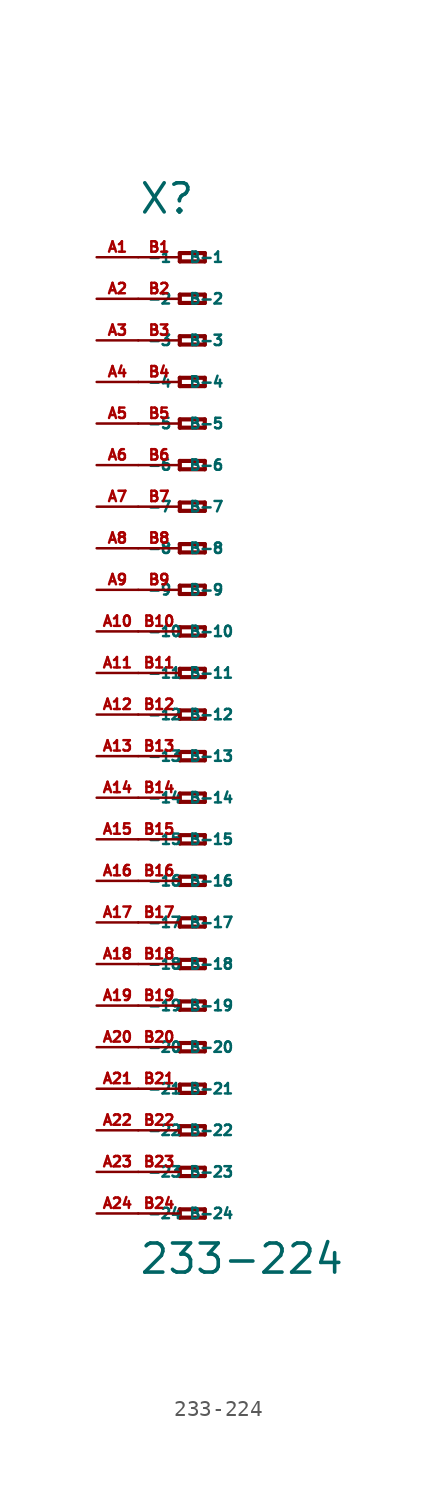
<source format=kicad_sym>
(kicad_symbol_lib
  (version 20220914)
  (generator Eagle2Kicad)
  (symbol "233-224"
    (property "Reference" "X"
      (at -5.08 30.48 0)
      (effects (font (size 1.778 1.778) (thickness 0.22)) (justify left bottom)))
    (property "Value" "233-224"
      (at -5.08 -34.29 0)
      (effects (font (size 1.778 1.778) (thickness 0.22)) (justify left bottom)))
    (polyline
      (pts (xy -2.54 28.194) (xy -2.54 27.686))
      (stroke (width 0.254) (type default))
      (fill (type none)))
    (polyline
      (pts (xy -2.54 27.686) (xy -1.016 27.686))
      (stroke (width 0.254) (type default))
      (fill (type none)))
    (polyline
      (pts (xy -1.016 27.686) (xy -1.016 28.194))
      (stroke (width 0.254) (type default))
      (fill (type none)))
    (polyline
      (pts (xy -1.016 28.194) (xy -2.54 28.194))
      (stroke (width 0.254) (type default))
      (fill (type none)))
    (polyline
      (pts (xy -2.54 25.654) (xy -2.54 25.146))
      (stroke (width 0.254) (type default))
      (fill (type none)))
    (polyline
      (pts (xy -2.54 25.146) (xy -1.016 25.146))
      (stroke (width 0.254) (type default))
      (fill (type none)))
    (polyline
      (pts (xy -1.016 25.146) (xy -1.016 25.654))
      (stroke (width 0.254) (type default))
      (fill (type none)))
    (polyline
      (pts (xy -1.016 25.654) (xy -2.54 25.654))
      (stroke (width 0.254) (type default))
      (fill (type none)))
    (polyline
      (pts (xy -2.54 23.114) (xy -2.54 22.606))
      (stroke (width 0.254) (type default))
      (fill (type none)))
    (polyline
      (pts (xy -2.54 22.606) (xy -1.016 22.606))
      (stroke (width 0.254) (type default))
      (fill (type none)))
    (polyline
      (pts (xy -1.016 22.606) (xy -1.016 23.114))
      (stroke (width 0.254) (type default))
      (fill (type none)))
    (polyline
      (pts (xy -1.016 23.114) (xy -2.54 23.114))
      (stroke (width 0.254) (type default))
      (fill (type none)))
    (polyline
      (pts (xy -2.54 20.574) (xy -2.54 20.066))
      (stroke (width 0.254) (type default))
      (fill (type none)))
    (polyline
      (pts (xy -2.54 20.066) (xy -1.016 20.066))
      (stroke (width 0.254) (type default))
      (fill (type none)))
    (polyline
      (pts (xy -1.016 20.066) (xy -1.016 20.574))
      (stroke (width 0.254) (type default))
      (fill (type none)))
    (polyline
      (pts (xy -1.016 20.574) (xy -2.54 20.574))
      (stroke (width 0.254) (type default))
      (fill (type none)))
    (polyline
      (pts (xy -2.54 18.034) (xy -2.54 17.526))
      (stroke (width 0.254) (type default))
      (fill (type none)))
    (polyline
      (pts (xy -2.54 17.526) (xy -1.016 17.526))
      (stroke (width 0.254) (type default))
      (fill (type none)))
    (polyline
      (pts (xy -1.016 17.526) (xy -1.016 18.034))
      (stroke (width 0.254) (type default))
      (fill (type none)))
    (polyline
      (pts (xy -1.016 18.034) (xy -2.54 18.034))
      (stroke (width 0.254) (type default))
      (fill (type none)))
    (polyline
      (pts (xy -2.54 15.494) (xy -2.54 14.986))
      (stroke (width 0.254) (type default))
      (fill (type none)))
    (polyline
      (pts (xy -2.54 14.986) (xy -1.016 14.986))
      (stroke (width 0.254) (type default))
      (fill (type none)))
    (polyline
      (pts (xy -1.016 14.986) (xy -1.016 15.494))
      (stroke (width 0.254) (type default))
      (fill (type none)))
    (polyline
      (pts (xy -1.016 15.494) (xy -2.54 15.494))
      (stroke (width 0.254) (type default))
      (fill (type none)))
    (polyline
      (pts (xy -2.54 12.954) (xy -2.54 12.446))
      (stroke (width 0.254) (type default))
      (fill (type none)))
    (polyline
      (pts (xy -2.54 12.446) (xy -1.016 12.446))
      (stroke (width 0.254) (type default))
      (fill (type none)))
    (polyline
      (pts (xy -1.016 12.446) (xy -1.016 12.954))
      (stroke (width 0.254) (type default))
      (fill (type none)))
    (polyline
      (pts (xy -1.016 12.954) (xy -2.54 12.954))
      (stroke (width 0.254) (type default))
      (fill (type none)))
    (polyline
      (pts (xy -2.54 10.414) (xy -2.54 9.906))
      (stroke (width 0.254) (type default))
      (fill (type none)))
    (polyline
      (pts (xy -2.54 9.906) (xy -1.016 9.906))
      (stroke (width 0.254) (type default))
      (fill (type none)))
    (polyline
      (pts (xy -1.016 9.906) (xy -1.016 10.414))
      (stroke (width 0.254) (type default))
      (fill (type none)))
    (polyline
      (pts (xy -1.016 10.414) (xy -2.54 10.414))
      (stroke (width 0.254) (type default))
      (fill (type none)))
    (polyline
      (pts (xy -2.54 7.874) (xy -2.54 7.366))
      (stroke (width 0.254) (type default))
      (fill (type none)))
    (polyline
      (pts (xy -2.54 7.366) (xy -1.016 7.366))
      (stroke (width 0.254) (type default))
      (fill (type none)))
    (polyline
      (pts (xy -1.016 7.366) (xy -1.016 7.874))
      (stroke (width 0.254) (type default))
      (fill (type none)))
    (polyline
      (pts (xy -1.016 7.874) (xy -2.54 7.874))
      (stroke (width 0.254) (type default))
      (fill (type none)))
    (polyline
      (pts (xy -2.54 5.334) (xy -2.54 4.826))
      (stroke (width 0.254) (type default))
      (fill (type none)))
    (polyline
      (pts (xy -2.54 4.826) (xy -1.016 4.826))
      (stroke (width 0.254) (type default))
      (fill (type none)))
    (polyline
      (pts (xy -1.016 4.826) (xy -1.016 5.334))
      (stroke (width 0.254) (type default))
      (fill (type none)))
    (polyline
      (pts (xy -1.016 5.334) (xy -2.54 5.334))
      (stroke (width 0.254) (type default))
      (fill (type none)))
    (polyline
      (pts (xy -2.54 2.794) (xy -2.54 2.286))
      (stroke (width 0.254) (type default))
      (fill (type none)))
    (polyline
      (pts (xy -2.54 2.286) (xy -1.016 2.286))
      (stroke (width 0.254) (type default))
      (fill (type none)))
    (polyline
      (pts (xy -1.016 2.286) (xy -1.016 2.794))
      (stroke (width 0.254) (type default))
      (fill (type none)))
    (polyline
      (pts (xy -1.016 2.794) (xy -2.54 2.794))
      (stroke (width 0.254) (type default))
      (fill (type none)))
    (polyline
      (pts (xy -2.54 0.254) (xy -2.54 -0.254))
      (stroke (width 0.254) (type default))
      (fill (type none)))
    (polyline
      (pts (xy -2.54 -0.254) (xy -1.016 -0.254))
      (stroke (width 0.254) (type default))
      (fill (type none)))
    (polyline
      (pts (xy -1.016 -0.254) (xy -1.016 0.254))
      (stroke (width 0.254) (type default))
      (fill (type none)))
    (polyline
      (pts (xy -1.016 0.254) (xy -2.54 0.254))
      (stroke (width 0.254) (type default))
      (fill (type none)))
    (polyline
      (pts (xy -2.54 -2.286) (xy -2.54 -2.794))
      (stroke (width 0.254) (type default))
      (fill (type none)))
    (polyline
      (pts (xy -2.54 -2.794) (xy -1.016 -2.794))
      (stroke (width 0.254) (type default))
      (fill (type none)))
    (polyline
      (pts (xy -1.016 -2.794) (xy -1.016 -2.286))
      (stroke (width 0.254) (type default))
      (fill (type none)))
    (polyline
      (pts (xy -1.016 -2.286) (xy -2.54 -2.286))
      (stroke (width 0.254) (type default))
      (fill (type none)))
    (polyline
      (pts (xy -2.54 -4.826) (xy -2.54 -5.334))
      (stroke (width 0.254) (type default))
      (fill (type none)))
    (polyline
      (pts (xy -2.54 -5.334) (xy -1.016 -5.334))
      (stroke (width 0.254) (type default))
      (fill (type none)))
    (polyline
      (pts (xy -1.016 -5.334) (xy -1.016 -4.826))
      (stroke (width 0.254) (type default))
      (fill (type none)))
    (polyline
      (pts (xy -1.016 -4.826) (xy -2.54 -4.826))
      (stroke (width 0.254) (type default))
      (fill (type none)))
    (polyline
      (pts (xy -2.54 -7.366) (xy -2.54 -7.874))
      (stroke (width 0.254) (type default))
      (fill (type none)))
    (polyline
      (pts (xy -2.54 -7.874) (xy -1.016 -7.874))
      (stroke (width 0.254) (type default))
      (fill (type none)))
    (polyline
      (pts (xy -1.016 -7.874) (xy -1.016 -7.366))
      (stroke (width 0.254) (type default))
      (fill (type none)))
    (polyline
      (pts (xy -1.016 -7.366) (xy -2.54 -7.366))
      (stroke (width 0.254) (type default))
      (fill (type none)))
    (polyline
      (pts (xy -2.54 -9.906) (xy -2.54 -10.414))
      (stroke (width 0.254) (type default))
      (fill (type none)))
    (polyline
      (pts (xy -2.54 -10.414) (xy -1.016 -10.414))
      (stroke (width 0.254) (type default))
      (fill (type none)))
    (polyline
      (pts (xy -1.016 -10.414) (xy -1.016 -9.906))
      (stroke (width 0.254) (type default))
      (fill (type none)))
    (polyline
      (pts (xy -1.016 -9.906) (xy -2.54 -9.906))
      (stroke (width 0.254) (type default))
      (fill (type none)))
    (polyline
      (pts (xy -2.54 -12.446) (xy -2.54 -12.954))
      (stroke (width 0.254) (type default))
      (fill (type none)))
    (polyline
      (pts (xy -2.54 -12.954) (xy -1.016 -12.954))
      (stroke (width 0.254) (type default))
      (fill (type none)))
    (polyline
      (pts (xy -1.016 -12.954) (xy -1.016 -12.446))
      (stroke (width 0.254) (type default))
      (fill (type none)))
    (polyline
      (pts (xy -1.016 -12.446) (xy -2.54 -12.446))
      (stroke (width 0.254) (type default))
      (fill (type none)))
    (polyline
      (pts (xy -2.54 -14.986) (xy -2.54 -15.494))
      (stroke (width 0.254) (type default))
      (fill (type none)))
    (polyline
      (pts (xy -2.54 -15.494) (xy -1.016 -15.494))
      (stroke (width 0.254) (type default))
      (fill (type none)))
    (polyline
      (pts (xy -1.016 -15.494) (xy -1.016 -14.986))
      (stroke (width 0.254) (type default))
      (fill (type none)))
    (polyline
      (pts (xy -1.016 -14.986) (xy -2.54 -14.986))
      (stroke (width 0.254) (type default))
      (fill (type none)))
    (polyline
      (pts (xy -2.54 -17.526) (xy -2.54 -18.034))
      (stroke (width 0.254) (type default))
      (fill (type none)))
    (polyline
      (pts (xy -2.54 -18.034) (xy -1.016 -18.034))
      (stroke (width 0.254) (type default))
      (fill (type none)))
    (polyline
      (pts (xy -1.016 -18.034) (xy -1.016 -17.526))
      (stroke (width 0.254) (type default))
      (fill (type none)))
    (polyline
      (pts (xy -1.016 -17.526) (xy -2.54 -17.526))
      (stroke (width 0.254) (type default))
      (fill (type none)))
    (polyline
      (pts (xy -2.54 -20.066) (xy -2.54 -20.574))
      (stroke (width 0.254) (type default))
      (fill (type none)))
    (polyline
      (pts (xy -2.54 -20.574) (xy -1.016 -20.574))
      (stroke (width 0.254) (type default))
      (fill (type none)))
    (polyline
      (pts (xy -1.016 -20.574) (xy -1.016 -20.066))
      (stroke (width 0.254) (type default))
      (fill (type none)))
    (polyline
      (pts (xy -1.016 -20.066) (xy -2.54 -20.066))
      (stroke (width 0.254) (type default))
      (fill (type none)))
    (polyline
      (pts (xy -2.54 -22.606) (xy -2.54 -23.114))
      (stroke (width 0.254) (type default))
      (fill (type none)))
    (polyline
      (pts (xy -2.54 -23.114) (xy -1.016 -23.114))
      (stroke (width 0.254) (type default))
      (fill (type none)))
    (polyline
      (pts (xy -1.016 -23.114) (xy -1.016 -22.606))
      (stroke (width 0.254) (type default))
      (fill (type none)))
    (polyline
      (pts (xy -1.016 -22.606) (xy -2.54 -22.606))
      (stroke (width 0.254) (type default))
      (fill (type none)))
    (polyline
      (pts (xy -2.54 -25.146) (xy -2.54 -25.654))
      (stroke (width 0.254) (type default))
      (fill (type none)))
    (polyline
      (pts (xy -2.54 -25.654) (xy -1.016 -25.654))
      (stroke (width 0.254) (type default))
      (fill (type none)))
    (polyline
      (pts (xy -1.016 -25.654) (xy -1.016 -25.146))
      (stroke (width 0.254) (type default))
      (fill (type none)))
    (polyline
      (pts (xy -1.016 -25.146) (xy -2.54 -25.146))
      (stroke (width 0.254) (type default))
      (fill (type none)))
    (polyline
      (pts (xy -2.54 -27.686) (xy -2.54 -28.194))
      (stroke (width 0.254) (type default))
      (fill (type none)))
    (polyline
      (pts (xy -2.54 -28.194) (xy -1.016 -28.194))
      (stroke (width 0.254) (type default))
      (fill (type none)))
    (polyline
      (pts (xy -1.016 -28.194) (xy -1.016 -27.686))
      (stroke (width 0.254) (type default))
      (fill (type none)))
    (polyline
      (pts (xy -1.016 -27.686) (xy -2.54 -27.686))
      (stroke (width 0.254) (type default))
      (fill (type none)))
    (polyline
      (pts (xy -2.54 -30.226) (xy -2.54 -30.734))
      (stroke (width 0.254) (type default))
      (fill (type none)))
    (polyline
      (pts (xy -2.54 -30.734) (xy -1.016 -30.734))
      (stroke (width 0.254) (type default))
      (fill (type none)))
    (polyline
      (pts (xy -1.016 -30.734) (xy -1.016 -30.226))
      (stroke (width 0.254) (type default))
      (fill (type none)))
    (polyline
      (pts (xy -1.016 -30.226) (xy -2.54 -30.226))
      (stroke (width 0.254) (type default))
      (fill (type none)))
    (pin passive line
      (at -7.62 27.94 0)
      (length 2.54)
      (name "-1" (effects (font (size 0.635 0.635) (thickness 0.08)) (justify left bottom)))
      (number "A1" (effects (font (size 0.635 0.635) (thickness 0.08)) (justify left bottom))))
    (pin passive line
      (at -7.62 25.4 0)
      (length 2.54)
      (name "-2" (effects (font (size 0.635 0.635) (thickness 0.08)) (justify left bottom)))
      (number "A2" (effects (font (size 0.635 0.635) (thickness 0.08)) (justify left bottom))))
    (pin passive line
      (at -7.62 22.86 0)
      (length 2.54)
      (name "-3" (effects (font (size 0.635 0.635) (thickness 0.08)) (justify left bottom)))
      (number "A3" (effects (font (size 0.635 0.635) (thickness 0.08)) (justify left bottom))))
    (pin passive line
      (at -7.62 20.32 0)
      (length 2.54)
      (name "-4" (effects (font (size 0.635 0.635) (thickness 0.08)) (justify left bottom)))
      (number "A4" (effects (font (size 0.635 0.635) (thickness 0.08)) (justify left bottom))))
    (pin passive line
      (at -7.62 17.78 0)
      (length 2.54)
      (name "-5" (effects (font (size 0.635 0.635) (thickness 0.08)) (justify left bottom)))
      (number "A5" (effects (font (size 0.635 0.635) (thickness 0.08)) (justify left bottom))))
    (pin passive line
      (at -7.62 15.24 0)
      (length 2.54)
      (name "-6" (effects (font (size 0.635 0.635) (thickness 0.08)) (justify left bottom)))
      (number "A6" (effects (font (size 0.635 0.635) (thickness 0.08)) (justify left bottom))))
    (pin passive line
      (at -7.62 12.7 0)
      (length 2.54)
      (name "-7" (effects (font (size 0.635 0.635) (thickness 0.08)) (justify left bottom)))
      (number "A7" (effects (font (size 0.635 0.635) (thickness 0.08)) (justify left bottom))))
    (pin passive line
      (at -7.62 10.16 0)
      (length 2.54)
      (name "-8" (effects (font (size 0.635 0.635) (thickness 0.08)) (justify left bottom)))
      (number "A8" (effects (font (size 0.635 0.635) (thickness 0.08)) (justify left bottom))))
    (pin passive line
      (at -7.62 7.62 0)
      (length 2.54)
      (name "-9" (effects (font (size 0.635 0.635) (thickness 0.08)) (justify left bottom)))
      (number "A9" (effects (font (size 0.635 0.635) (thickness 0.08)) (justify left bottom))))
    (pin passive line
      (at -7.62 5.08 0)
      (length 2.54)
      (name "-10" (effects (font (size 0.635 0.635) (thickness 0.08)) (justify left bottom)))
      (number "A10" (effects (font (size 0.635 0.635) (thickness 0.08)) (justify left bottom))))
    (pin passive line
      (at -7.62 2.54 0)
      (length 2.54)
      (name "-11" (effects (font (size 0.635 0.635) (thickness 0.08)) (justify left bottom)))
      (number "A11" (effects (font (size 0.635 0.635) (thickness 0.08)) (justify left bottom))))
    (pin passive line
      (at -7.62 0 0)
      (length 2.54)
      (name "-12" (effects (font (size 0.635 0.635) (thickness 0.08)) (justify left bottom)))
      (number "A12" (effects (font (size 0.635 0.635) (thickness 0.08)) (justify left bottom))))
    (pin passive line
      (at -7.62 -2.54 0)
      (length 2.54)
      (name "-13" (effects (font (size 0.635 0.635) (thickness 0.08)) (justify left bottom)))
      (number "A13" (effects (font (size 0.635 0.635) (thickness 0.08)) (justify left bottom))))
    (pin passive line
      (at -7.62 -5.08 0)
      (length 2.54)
      (name "-14" (effects (font (size 0.635 0.635) (thickness 0.08)) (justify left bottom)))
      (number "A14" (effects (font (size 0.635 0.635) (thickness 0.08)) (justify left bottom))))
    (pin passive line
      (at -7.62 -7.62 0)
      (length 2.54)
      (name "-15" (effects (font (size 0.635 0.635) (thickness 0.08)) (justify left bottom)))
      (number "A15" (effects (font (size 0.635 0.635) (thickness 0.08)) (justify left bottom))))
    (pin passive line
      (at -7.62 -10.16 0)
      (length 2.54)
      (name "-16" (effects (font (size 0.635 0.635) (thickness 0.08)) (justify left bottom)))
      (number "A16" (effects (font (size 0.635 0.635) (thickness 0.08)) (justify left bottom))))
    (pin passive line
      (at -7.62 -12.7 0)
      (length 2.54)
      (name "-17" (effects (font (size 0.635 0.635) (thickness 0.08)) (justify left bottom)))
      (number "A17" (effects (font (size 0.635 0.635) (thickness 0.08)) (justify left bottom))))
    (pin passive line
      (at -7.62 -15.24 0)
      (length 2.54)
      (name "-18" (effects (font (size 0.635 0.635) (thickness 0.08)) (justify left bottom)))
      (number "A18" (effects (font (size 0.635 0.635) (thickness 0.08)) (justify left bottom))))
    (pin passive line
      (at -7.62 -17.78 0)
      (length 2.54)
      (name "-19" (effects (font (size 0.635 0.635) (thickness 0.08)) (justify left bottom)))
      (number "A19" (effects (font (size 0.635 0.635) (thickness 0.08)) (justify left bottom))))
    (pin passive line
      (at -7.62 -20.32 0)
      (length 2.54)
      (name "-20" (effects (font (size 0.635 0.635) (thickness 0.08)) (justify left bottom)))
      (number "A20" (effects (font (size 0.635 0.635) (thickness 0.08)) (justify left bottom))))
    (pin passive line
      (at -7.62 -22.86 0)
      (length 2.54)
      (name "-21" (effects (font (size 0.635 0.635) (thickness 0.08)) (justify left bottom)))
      (number "A21" (effects (font (size 0.635 0.635) (thickness 0.08)) (justify left bottom))))
    (pin passive line
      (at -7.62 -25.4 0)
      (length 2.54)
      (name "-22" (effects (font (size 0.635 0.635) (thickness 0.08)) (justify left bottom)))
      (number "A22" (effects (font (size 0.635 0.635) (thickness 0.08)) (justify left bottom))))
    (pin passive line
      (at -7.62 -27.94 0)
      (length 2.54)
      (name "-23" (effects (font (size 0.635 0.635) (thickness 0.08)) (justify left bottom)))
      (number "A23" (effects (font (size 0.635 0.635) (thickness 0.08)) (justify left bottom))))
    (pin passive line
      (at -7.62 -30.48 0)
      (length 2.54)
      (name "-24" (effects (font (size 0.635 0.635) (thickness 0.08)) (justify left bottom)))
      (number "A24" (effects (font (size 0.635 0.635) (thickness 0.08)) (justify left bottom))))
    (pin passive line
      (at -5.08 -30.48 0)
      (length 2.54)
      (name "B-24" (effects (font (size 0.635 0.635) (thickness 0.08)) (justify left bottom)))
      (number "B24" (effects (font (size 0.635 0.635) (thickness 0.08)) (justify left bottom))))
    (pin passive line
      (at -5.08 27.94 0)
      (length 2.54)
      (name "B-1" (effects (font (size 0.635 0.635) (thickness 0.08)) (justify left bottom)))
      (number "B1" (effects (font (size 0.635 0.635) (thickness 0.08)) (justify left bottom))))
    (pin passive line
      (at -5.08 25.4 0)
      (length 2.54)
      (name "B-2" (effects (font (size 0.635 0.635) (thickness 0.08)) (justify left bottom)))
      (number "B2" (effects (font (size 0.635 0.635) (thickness 0.08)) (justify left bottom))))
    (pin passive line
      (at -5.08 22.86 0)
      (length 2.54)
      (name "B-3" (effects (font (size 0.635 0.635) (thickness 0.08)) (justify left bottom)))
      (number "B3" (effects (font (size 0.635 0.635) (thickness 0.08)) (justify left bottom))))
    (pin passive line
      (at -5.08 20.32 0)
      (length 2.54)
      (name "B-4" (effects (font (size 0.635 0.635) (thickness 0.08)) (justify left bottom)))
      (number "B4" (effects (font (size 0.635 0.635) (thickness 0.08)) (justify left bottom))))
    (pin passive line
      (at -5.08 17.78 0)
      (length 2.54)
      (name "B-5" (effects (font (size 0.635 0.635) (thickness 0.08)) (justify left bottom)))
      (number "B5" (effects (font (size 0.635 0.635) (thickness 0.08)) (justify left bottom))))
    (pin passive line
      (at -5.08 15.24 0)
      (length 2.54)
      (name "B-6" (effects (font (size 0.635 0.635) (thickness 0.08)) (justify left bottom)))
      (number "B6" (effects (font (size 0.635 0.635) (thickness 0.08)) (justify left bottom))))
    (pin passive line
      (at -5.08 12.7 0)
      (length 2.54)
      (name "B-7" (effects (font (size 0.635 0.635) (thickness 0.08)) (justify left bottom)))
      (number "B7" (effects (font (size 0.635 0.635) (thickness 0.08)) (justify left bottom))))
    (pin passive line
      (at -5.08 10.16 0)
      (length 2.54)
      (name "B-8" (effects (font (size 0.635 0.635) (thickness 0.08)) (justify left bottom)))
      (number "B8" (effects (font (size 0.635 0.635) (thickness 0.08)) (justify left bottom))))
    (pin passive line
      (at -5.08 7.62 0)
      (length 2.54)
      (name "B-9" (effects (font (size 0.635 0.635) (thickness 0.08)) (justify left bottom)))
      (number "B9" (effects (font (size 0.635 0.635) (thickness 0.08)) (justify left bottom))))
    (pin passive line
      (at -5.08 5.08 0)
      (length 2.54)
      (name "B-10" (effects (font (size 0.635 0.635) (thickness 0.08)) (justify left bottom)))
      (number "B10" (effects (font (size 0.635 0.635) (thickness 0.08)) (justify left bottom))))
    (pin passive line
      (at -5.08 2.54 0)
      (length 2.54)
      (name "B-11" (effects (font (size 0.635 0.635) (thickness 0.08)) (justify left bottom)))
      (number "B11" (effects (font (size 0.635 0.635) (thickness 0.08)) (justify left bottom))))
    (pin passive line
      (at -5.08 0 0)
      (length 2.54)
      (name "B-12" (effects (font (size 0.635 0.635) (thickness 0.08)) (justify left bottom)))
      (number "B12" (effects (font (size 0.635 0.635) (thickness 0.08)) (justify left bottom))))
    (pin passive line
      (at -5.08 -2.54 0)
      (length 2.54)
      (name "B-13" (effects (font (size 0.635 0.635) (thickness 0.08)) (justify left bottom)))
      (number "B13" (effects (font (size 0.635 0.635) (thickness 0.08)) (justify left bottom))))
    (pin passive line
      (at -5.08 -5.08 0)
      (length 2.54)
      (name "B-14" (effects (font (size 0.635 0.635) (thickness 0.08)) (justify left bottom)))
      (number "B14" (effects (font (size 0.635 0.635) (thickness 0.08)) (justify left bottom))))
    (pin passive line
      (at -5.08 -7.62 0)
      (length 2.54)
      (name "B-15" (effects (font (size 0.635 0.635) (thickness 0.08)) (justify left bottom)))
      (number "B15" (effects (font (size 0.635 0.635) (thickness 0.08)) (justify left bottom))))
    (pin passive line
      (at -5.08 -10.16 0)
      (length 2.54)
      (name "B-16" (effects (font (size 0.635 0.635) (thickness 0.08)) (justify left bottom)))
      (number "B16" (effects (font (size 0.635 0.635) (thickness 0.08)) (justify left bottom))))
    (pin passive line
      (at -5.08 -12.7 0)
      (length 2.54)
      (name "B-17" (effects (font (size 0.635 0.635) (thickness 0.08)) (justify left bottom)))
      (number "B17" (effects (font (size 0.635 0.635) (thickness 0.08)) (justify left bottom))))
    (pin passive line
      (at -5.08 -15.24 0)
      (length 2.54)
      (name "B-18" (effects (font (size 0.635 0.635) (thickness 0.08)) (justify left bottom)))
      (number "B18" (effects (font (size 0.635 0.635) (thickness 0.08)) (justify left bottom))))
    (pin passive line
      (at -5.08 -17.78 0)
      (length 2.54)
      (name "B-19" (effects (font (size 0.635 0.635) (thickness 0.08)) (justify left bottom)))
      (number "B19" (effects (font (size 0.635 0.635) (thickness 0.08)) (justify left bottom))))
    (pin passive line
      (at -5.08 -20.32 0)
      (length 2.54)
      (name "B-20" (effects (font (size 0.635 0.635) (thickness 0.08)) (justify left bottom)))
      (number "B20" (effects (font (size 0.635 0.635) (thickness 0.08)) (justify left bottom))))
    (pin passive line
      (at -5.08 -22.86 0)
      (length 2.54)
      (name "B-21" (effects (font (size 0.635 0.635) (thickness 0.08)) (justify left bottom)))
      (number "B21" (effects (font (size 0.635 0.635) (thickness 0.08)) (justify left bottom))))
    (pin passive line
      (at -5.08 -25.4 0)
      (length 2.54)
      (name "B-22" (effects (font (size 0.635 0.635) (thickness 0.08)) (justify left bottom)))
      (number "B22" (effects (font (size 0.635 0.635) (thickness 0.08)) (justify left bottom))))
    (pin passive line
      (at -5.08 -27.94 0)
      (length 2.54)
      (name "B-23" (effects (font (size 0.635 0.635) (thickness 0.08)) (justify left bottom)))
      (number "B23" (effects (font (size 0.635 0.635) (thickness 0.08)) (justify left bottom))))))
</source>
